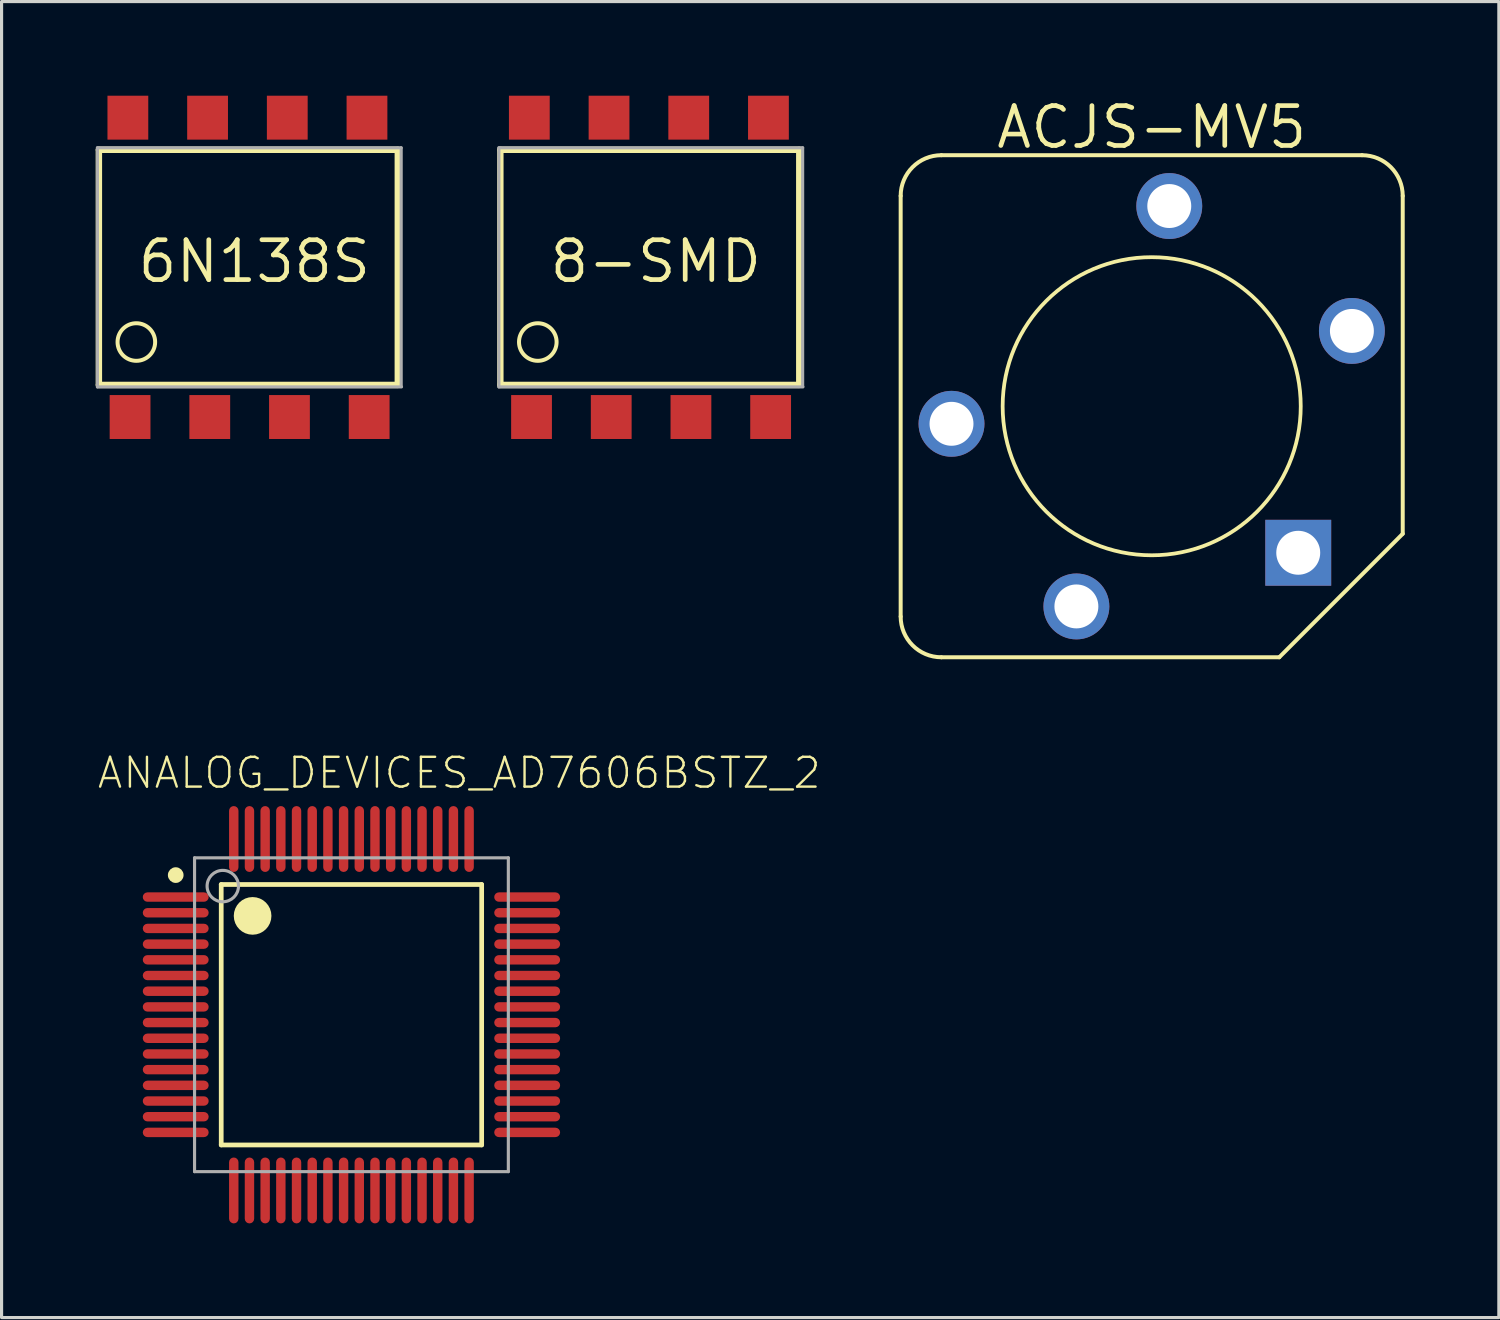
<source format=kicad_pcb>
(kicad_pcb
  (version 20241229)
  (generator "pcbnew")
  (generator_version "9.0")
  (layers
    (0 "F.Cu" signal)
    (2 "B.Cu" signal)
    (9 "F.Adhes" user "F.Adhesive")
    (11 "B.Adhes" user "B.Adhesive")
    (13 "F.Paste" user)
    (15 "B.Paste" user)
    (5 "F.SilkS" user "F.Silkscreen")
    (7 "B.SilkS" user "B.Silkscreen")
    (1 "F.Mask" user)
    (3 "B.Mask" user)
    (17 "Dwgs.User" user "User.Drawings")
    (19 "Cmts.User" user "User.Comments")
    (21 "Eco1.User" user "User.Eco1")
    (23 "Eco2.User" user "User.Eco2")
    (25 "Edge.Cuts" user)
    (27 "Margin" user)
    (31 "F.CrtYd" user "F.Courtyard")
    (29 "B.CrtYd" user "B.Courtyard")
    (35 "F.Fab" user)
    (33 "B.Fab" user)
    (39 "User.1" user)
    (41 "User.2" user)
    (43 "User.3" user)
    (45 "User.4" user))
  (footprint "8-SMD"
    (layer "F.Cu")
    (at 17.849 5.28)
    (property "Reference" "8-SMD" (at 0 0 0) (layer "F.SilkS") (effects (font (size 1.27 1.27) (thickness 0.15))))
    (attr through_hole)
    (fp_line (start -4.953 -3.556) (end 4.572 -3.556) (stroke (width 0.203) (type solid)) (layer "F.SilkS"))
    (fp_line (start -4.953 3.937) (end -4.953 -3.556) (stroke (width 0.203) (type solid)) (layer "F.SilkS"))
    (fp_line (start 4.572 -3.556) (end 4.572 3.937) (stroke (width 0.203) (type solid)) (layer "F.SilkS"))
    (fp_line (start 4.572 3.937) (end -4.953 3.937) (stroke (width 0.203) (type solid)) (layer "F.SilkS"))
    (fp_circle (center -3.76 2.57) (end -3.161 2.57) (stroke (width 0.127) (type solid)) (fill no) (layer "F.SilkS"))
    (fp_line (start -5 -3.62) (end 4.68 -3.62) (stroke (width 0.1) (type solid)) (layer "F.Fab"))
    (fp_line (start -5 4) (end -5 -3.62) (stroke (width 0.1) (type solid)) (layer "F.Fab"))
    (fp_line (start -5 4) (end 4.69 4) (stroke (width 0.1) (type solid)) (layer "F.Fab"))
    (fp_line (start 4.68 -3.62) (end 4.68 3.98) (stroke (width 0.1) (type solid)) (layer "F.Fab"))
    (pad "1" smd rect (at -3.96 4.96) (size 1.3 1.4) (layers "F.Cu" "F.Mask" "F.Paste"))
    (pad "2" smd rect (at -1.42 4.96) (size 1.3 1.4) (layers "F.Cu" "F.Mask" "F.Paste"))
    (pad "3" smd rect (at 1.12 4.96) (size 1.3 1.4) (layers "F.Cu" "F.Mask" "F.Paste"))
    (pad "4" smd rect (at 3.66 4.96) (size 1.3 1.4) (layers "F.Cu" "F.Mask" "F.Paste"))
    (pad "5" smd rect (at 3.59 -4.58) (size 1.3 1.4) (layers "F.Cu" "F.Mask" "F.Paste"))
    (pad "6" smd rect (at 1.05 -4.58) (size 1.3 1.4) (layers "F.Cu" "F.Mask" "F.Paste"))
    (pad "7" smd rect (at -1.49 -4.58) (size 1.3 1.4) (layers "F.Cu" "F.Mask" "F.Paste"))
    (pad "8" smd rect (at -4.03 -4.58) (size 1.3 1.4) (layers "F.Cu" "F.Mask" "F.Paste")))
  (footprint "ACJS-MV5"
    (layer "F.Cu")
    (at 33.653 9.896)
    (property "Reference" "ACJS-MV5" (at 0 -8.89 0) (layer "F.SilkS") (effects (font (size 1.27 1.27) (thickness 0.15))))
    (attr through_hole)
    (fp_line (start -8 6.703) (end -8 -6.703) (stroke (width 0.127) (type solid)) (layer "F.SilkS"))
    (fp_line (start -6.703 -8) (end 6.703 -8) (stroke (width 0.127) (type solid)) (layer "F.SilkS"))
    (fp_line (start 4.065 8) (end -6.703 8) (stroke (width 0.127) (type solid)) (layer "F.SilkS"))
    (fp_line (start 8 -6.703) (end 8 4.065) (stroke (width 0.127) (type solid)) (layer "F.SilkS"))
    (fp_line (start 8 4.065) (end 4.065 8) (stroke (width 0.127) (type solid)) (layer "F.SilkS"))
    (fp_arc (start -8 -6.702606) (mid -7.620002 -7.620002) (end -6.702606 -8) (stroke (width 0.127) (type solid)) (layer "F.SilkS"))
    (fp_arc (start -6.702606 8) (mid -7.620002 7.620002) (end -8 6.702606) (stroke (width 0.127) (type solid)) (layer "F.SilkS"))
    (fp_arc (start 6.702606 -8) (mid 7.620002 -7.620002) (end 8 -6.702606) (stroke (width 0.127) (type solid)) (layer "F.SilkS"))
    (fp_circle (center 0 0) (end 4.75 0) (stroke (width 0.12) (type solid)) (fill no) (layer "F.SilkS"))
    (pad "R" thru_hole circle (at 0.56 -6.38) (size 2.1 2.1) (drill 1.4) (layers "*.Cu" "*.Mask"))
    (pad "RN" thru_hole circle (at 6.38 -2.4) (size 2.1 2.1) (drill 1.4) (layers "*.Cu" "*.Mask"))
    (pad "S" thru_hole rect (at 4.67 4.67) (size 2.1 2.1) (drill 1.4) (layers "*.Cu" "*.Mask"))
    (pad "T" thru_hole circle (at -6.38 0.56) (size 2.1 2.1) (drill 1.4) (layers "*.Cu" "*.Mask"))
    (pad "TN" thru_hole circle (at -2.4 6.38) (size 2.1 2.1) (drill 1.4) (layers "*.Cu" "*.Mask")))
  (footprint "ANALOG_DEVICES_AD7606BSTZ_2"
    (layer "F.Cu")
    (at 8.15 29.288)
    (property "Reference" "ANALOG_DEVICES_AD7606BSTZ_2" (at -8.15 -7.15 0) (layer "F.SilkS") (effects (font (size 0.95 0.95) (thickness 0.076)) (justify left bottom)))
    (attr through_hole)
    (fp_line (start -4.15 -4.15) (end 4.15 -4.15) (stroke (width 0.15) (type solid)) (layer "F.SilkS"))
    (fp_line (start -4.15 4.15) (end -4.15 -4.15) (stroke (width 0.15) (type solid)) (layer "F.SilkS"))
    (fp_line (start -4.15 4.15) (end 4.15 4.15) (stroke (width 0.15) (type solid)) (layer "F.SilkS"))
    (fp_line (start 4.15 4.15) (end 4.15 -4.15) (stroke (width 0.15) (type solid)) (layer "F.SilkS"))
    (fp_circle (center -5.6 -4.45) (end -5.475 -4.45) (stroke (width 0.25) (type solid)) (fill no) (layer "F.SilkS"))
    (fp_circle (center -3.15 -3.15) (end -2.85 -3.15) (stroke (width 0.6) (type solid)) (fill no) (layer "F.SilkS"))
    (fp_line (start -5 -5) (end 5 -5) (stroke (width 0.1) (type solid)) (layer "F.Fab"))
    (fp_line (start -5 5) (end -5 -5) (stroke (width 0.1) (type solid)) (layer "F.Fab"))
    (fp_line (start -5 5) (end 5 5) (stroke (width 0.1) (type solid)) (layer "F.Fab"))
    (fp_line (start 5 5) (end 5 -5) (stroke (width 0.1) (type solid)) (layer "F.Fab"))
    (fp_circle (center -4.1 -4.1) (end -3.6 -4.1) (stroke (width 0.1) (type solid)) (fill no) (layer "F.Fab"))
    (pad "1" smd roundrect (at -5.6 -3.75 90) (size 0.3 2.1) (layers "F.Cu" "F.Mask" "F.Paste") (roundrect_rratio 0.5))
    (pad "2" smd roundrect (at -5.6 -3.25 90) (size 0.3 2.1) (layers "F.Cu" "F.Mask" "F.Paste") (roundrect_rratio 0.5))
    (pad "3" smd roundrect (at -5.6 -2.75 90) (size 0.3 2.1) (layers "F.Cu" "F.Mask" "F.Paste") (roundrect_rratio 0.5))
    (pad "4" smd roundrect (at -5.6 -2.25 90) (size 0.3 2.1) (layers "F.Cu" "F.Mask" "F.Paste") (roundrect_rratio 0.5))
    (pad "5" smd roundrect (at -5.6 -1.75 90) (size 0.3 2.1) (layers "F.Cu" "F.Mask" "F.Paste") (roundrect_rratio 0.5))
    (pad "6" smd roundrect (at -5.6 -1.25 90) (size 0.3 2.1) (layers "F.Cu" "F.Mask" "F.Paste") (roundrect_rratio 0.5))
    (pad "7" smd roundrect (at -5.6 -0.75 90) (size 0.3 2.1) (layers "F.Cu" "F.Mask" "F.Paste") (roundrect_rratio 0.5))
    (pad "8" smd roundrect (at -5.6 -0.25 90) (size 0.3 2.1) (layers "F.Cu" "F.Mask" "F.Paste") (roundrect_rratio 0.5))
    (pad "9" smd roundrect (at -5.6 0.25 90) (size 0.3 2.1) (layers "F.Cu" "F.Mask" "F.Paste") (roundrect_rratio 0.5))
    (pad "10" smd roundrect (at -5.6 0.75 90) (size 0.3 2.1) (layers "F.Cu" "F.Mask" "F.Paste") (roundrect_rratio 0.5))
    (pad "11" smd roundrect (at -5.6 1.25 90) (size 0.3 2.1) (layers "F.Cu" "F.Mask" "F.Paste") (roundrect_rratio 0.5))
    (pad "12" smd roundrect (at -5.6 1.75 90) (size 0.3 2.1) (layers "F.Cu" "F.Mask" "F.Paste") (roundrect_rratio 0.5))
    (pad "13" smd roundrect (at -5.6 2.25 90) (size 0.3 2.1) (layers "F.Cu" "F.Mask" "F.Paste") (roundrect_rratio 0.5))
    (pad "14" smd roundrect (at -5.6 2.75 90) (size 0.3 2.1) (layers "F.Cu" "F.Mask" "F.Paste") (roundrect_rratio 0.5))
    (pad "15" smd roundrect (at -5.6 3.25 90) (size 0.3 2.1) (layers "F.Cu" "F.Mask" "F.Paste") (roundrect_rratio 0.5))
    (pad "16" smd roundrect (at -5.6 3.75 90) (size 0.3 2.1) (layers "F.Cu" "F.Mask" "F.Paste") (roundrect_rratio 0.5))
    (pad "17" smd roundrect (at -3.75 5.6) (size 0.3 2.1) (layers "F.Cu" "F.Mask" "F.Paste") (roundrect_rratio 0.5))
    (pad "18" smd roundrect (at -3.25 5.6) (size 0.3 2.1) (layers "F.Cu" "F.Mask" "F.Paste") (roundrect_rratio 0.5))
    (pad "19" smd roundrect (at -2.75 5.6) (size 0.3 2.1) (layers "F.Cu" "F.Mask" "F.Paste") (roundrect_rratio 0.5))
    (pad "20" smd roundrect (at -2.25 5.6) (size 0.3 2.1) (layers "F.Cu" "F.Mask" "F.Paste") (roundrect_rratio 0.5))
    (pad "21" smd roundrect (at -1.75 5.6) (size 0.3 2.1) (layers "F.Cu" "F.Mask" "F.Paste") (roundrect_rratio 0.5))
    (pad "22" smd roundrect (at -1.25 5.6) (size 0.3 2.1) (layers "F.Cu" "F.Mask" "F.Paste") (roundrect_rratio 0.5))
    (pad "23" smd roundrect (at -0.75 5.6) (size 0.3 2.1) (layers "F.Cu" "F.Mask" "F.Paste") (roundrect_rratio 0.5))
    (pad "24" smd roundrect (at -0.25 5.6) (size 0.3 2.1) (layers "F.Cu" "F.Mask" "F.Paste") (roundrect_rratio 0.5))
    (pad "25" smd roundrect (at 0.25 5.6) (size 0.3 2.1) (layers "F.Cu" "F.Mask" "F.Paste") (roundrect_rratio 0.5))
    (pad "26" smd roundrect (at 0.75 5.6) (size 0.3 2.1) (layers "F.Cu" "F.Mask" "F.Paste") (roundrect_rratio 0.5))
    (pad "27" smd roundrect (at 1.25 5.6) (size 0.3 2.1) (layers "F.Cu" "F.Mask" "F.Paste") (roundrect_rratio 0.5))
    (pad "28" smd roundrect (at 1.75 5.6) (size 0.3 2.1) (layers "F.Cu" "F.Mask" "F.Paste") (roundrect_rratio 0.5))
    (pad "29" smd roundrect (at 2.25 5.6) (size 0.3 2.1) (layers "F.Cu" "F.Mask" "F.Paste") (roundrect_rratio 0.5))
    (pad "30" smd roundrect (at 2.75 5.6) (size 0.3 2.1) (layers "F.Cu" "F.Mask" "F.Paste") (roundrect_rratio 0.5))
    (pad "31" smd roundrect (at 3.25 5.6) (size 0.3 2.1) (layers "F.Cu" "F.Mask" "F.Paste") (roundrect_rratio 0.5))
    (pad "32" smd roundrect (at 3.75 5.6) (size 0.3 2.1) (layers "F.Cu" "F.Mask" "F.Paste") (roundrect_rratio 0.5))
    (pad "33" smd roundrect (at 5.6 3.75 90) (size 0.3 2.1) (layers "F.Cu" "F.Mask" "F.Paste") (roundrect_rratio 0.5))
    (pad "34" smd roundrect (at 5.6 3.25 90) (size 0.3 2.1) (layers "F.Cu" "F.Mask" "F.Paste") (roundrect_rratio 0.5))
    (pad "35" smd roundrect (at 5.6 2.75 90) (size 0.3 2.1) (layers "F.Cu" "F.Mask" "F.Paste") (roundrect_rratio 0.5))
    (pad "36" smd roundrect (at 5.6 2.25 90) (size 0.3 2.1) (layers "F.Cu" "F.Mask" "F.Paste") (roundrect_rratio 0.5))
    (pad "37" smd roundrect (at 5.6 1.75 90) (size 0.3 2.1) (layers "F.Cu" "F.Mask" "F.Paste") (roundrect_rratio 0.5))
    (pad "38" smd roundrect (at 5.6 1.25 90) (size 0.3 2.1) (layers "F.Cu" "F.Mask" "F.Paste") (roundrect_rratio 0.5))
    (pad "39" smd roundrect (at 5.6 0.75 90) (size 0.3 2.1) (layers "F.Cu" "F.Mask" "F.Paste") (roundrect_rratio 0.5))
    (pad "40" smd roundrect (at 5.6 0.25 90) (size 0.3 2.1) (layers "F.Cu" "F.Mask" "F.Paste") (roundrect_rratio 0.5))
    (pad "41" smd roundrect (at 5.6 -0.25 90) (size 0.3 2.1) (layers "F.Cu" "F.Mask" "F.Paste") (roundrect_rratio 0.5))
    (pad "42" smd roundrect (at 5.6 -0.75 90) (size 0.3 2.1) (layers "F.Cu" "F.Mask" "F.Paste") (roundrect_rratio 0.5))
    (pad "43" smd roundrect (at 5.6 -1.25 90) (size 0.3 2.1) (layers "F.Cu" "F.Mask" "F.Paste") (roundrect_rratio 0.5))
    (pad "44" smd roundrect (at 5.6 -1.75 90) (size 0.3 2.1) (layers "F.Cu" "F.Mask" "F.Paste") (roundrect_rratio 0.5))
    (pad "45" smd roundrect (at 5.6 -2.25 90) (size 0.3 2.1) (layers "F.Cu" "F.Mask" "F.Paste") (roundrect_rratio 0.5))
    (pad "46" smd roundrect (at 5.6 -2.75 90) (size 0.3 2.1) (layers "F.Cu" "F.Mask" "F.Paste") (roundrect_rratio 0.5))
    (pad "47" smd roundrect (at 5.6 -3.25 90) (size 0.3 2.1) (layers "F.Cu" "F.Mask" "F.Paste") (roundrect_rratio 0.5))
    (pad "48" smd roundrect (at 5.6 -3.75 90) (size 0.3 2.1) (layers "F.Cu" "F.Mask" "F.Paste") (roundrect_rratio 0.5))
    (pad "49" smd roundrect (at 3.75 -5.6) (size 0.3 2.1) (layers "F.Cu" "F.Mask" "F.Paste") (roundrect_rratio 0.5))
    (pad "50" smd roundrect (at 3.25 -5.6) (size 0.3 2.1) (layers "F.Cu" "F.Mask" "F.Paste") (roundrect_rratio 0.5))
    (pad "51" smd roundrect (at 2.75 -5.6) (size 0.3 2.1) (layers "F.Cu" "F.Mask" "F.Paste") (roundrect_rratio 0.5))
    (pad "52" smd roundrect (at 2.25 -5.6) (size 0.3 2.1) (layers "F.Cu" "F.Mask" "F.Paste") (roundrect_rratio 0.5))
    (pad "53" smd roundrect (at 1.75 -5.6) (size 0.3 2.1) (layers "F.Cu" "F.Mask" "F.Paste") (roundrect_rratio 0.5))
    (pad "54" smd roundrect (at 1.25 -5.6) (size 0.3 2.1) (layers "F.Cu" "F.Mask" "F.Paste") (roundrect_rratio 0.5))
    (pad "55" smd roundrect (at 0.75 -5.6) (size 0.3 2.1) (layers "F.Cu" "F.Mask" "F.Paste") (roundrect_rratio 0.5))
    (pad "56" smd roundrect (at 0.25 -5.6) (size 0.3 2.1) (layers "F.Cu" "F.Mask" "F.Paste") (roundrect_rratio 0.5))
    (pad "57" smd roundrect (at -0.25 -5.6) (size 0.3 2.1) (layers "F.Cu" "F.Mask" "F.Paste") (roundrect_rratio 0.5))
    (pad "58" smd roundrect (at -0.75 -5.6) (size 0.3 2.1) (layers "F.Cu" "F.Mask" "F.Paste") (roundrect_rratio 0.5))
    (pad "59" smd roundrect (at -1.25 -5.6) (size 0.3 2.1) (layers "F.Cu" "F.Mask" "F.Paste") (roundrect_rratio 0.5))
    (pad "60" smd roundrect (at -1.75 -5.6) (size 0.3 2.1) (layers "F.Cu" "F.Mask" "F.Paste") (roundrect_rratio 0.5))
    (pad "61" smd roundrect (at -2.25 -5.6) (size 0.3 2.1) (layers "F.Cu" "F.Mask" "F.Paste") (roundrect_rratio 0.5))
    (pad "62" smd roundrect (at -2.75 -5.6) (size 0.3 2.1) (layers "F.Cu" "F.Mask" "F.Paste") (roundrect_rratio 0.5))
    (pad "63" smd roundrect (at -3.25 -5.6) (size 0.3 2.1) (layers "F.Cu" "F.Mask" "F.Paste") (roundrect_rratio 0.5))
    (pad "64" smd roundrect (at -3.75 -5.6) (size 0.3 2.1) (layers "F.Cu" "F.Mask" "F.Paste") (roundrect_rratio 0.5)))
  (footprint "6N138S"
    (layer "F.Cu")
    (at 5.055 5.28)
    (property "Reference" "6N138S" (at 0 0 0) (layer "F.SilkS") (effects (font (size 1.27 1.27) (thickness 0.15))))
    (attr through_hole)
    (fp_line (start -4.953 -3.556) (end 4.572 -3.556) (stroke (width 0.203) (type solid)) (layer "F.SilkS"))
    (fp_line (start -4.953 3.937) (end -4.953 -3.556) (stroke (width 0.203) (type solid)) (layer "F.SilkS"))
    (fp_line (start 4.572 -3.556) (end 4.572 3.937) (stroke (width 0.203) (type solid)) (layer "F.SilkS"))
    (fp_line (start 4.572 3.937) (end -4.953 3.937) (stroke (width 0.203) (type solid)) (layer "F.SilkS"))
    (fp_circle (center -3.76 2.57) (end -3.161 2.57) (stroke (width 0.127) (type solid)) (fill no) (layer "F.SilkS"))
    (fp_line (start -5 -3.62) (end 4.68 -3.62) (stroke (width 0.1) (type solid)) (layer "F.Fab"))
    (fp_line (start -5 4) (end -5 -3.62) (stroke (width 0.1) (type solid)) (layer "F.Fab"))
    (fp_line (start -5 4) (end 4.69 4) (stroke (width 0.1) (type solid)) (layer "F.Fab"))
    (fp_line (start 4.68 -3.62) (end 4.68 3.98) (stroke (width 0.1) (type solid)) (layer "F.Fab"))
    (pad "1" smd rect (at -3.96 4.96) (size 1.3 1.4) (layers "F.Cu" "F.Mask" "F.Paste"))
    (pad "2" smd rect (at -1.42 4.96) (size 1.3 1.4) (layers "F.Cu" "F.Mask" "F.Paste"))
    (pad "3" smd rect (at 1.12 4.96) (size 1.3 1.4) (layers "F.Cu" "F.Mask" "F.Paste"))
    (pad "4" smd rect (at 3.66 4.96) (size 1.3 1.4) (layers "F.Cu" "F.Mask" "F.Paste"))
    (pad "5" smd rect (at 3.59 -4.58) (size 1.3 1.4) (layers "F.Cu" "F.Mask" "F.Paste"))
    (pad "6" smd rect (at 1.05 -4.58) (size 1.3 1.4) (layers "F.Cu" "F.Mask" "F.Paste"))
    (pad "7" smd rect (at -1.49 -4.58) (size 1.3 1.4) (layers "F.Cu" "F.Mask" "F.Paste"))
    (pad "8" smd rect (at -4.03 -4.58) (size 1.3 1.4) (layers "F.Cu" "F.Mask" "F.Paste")))
  (gr_rect
    (start -3 -3)
    (end 44.716 38.938)
    (stroke (width 0.1) (type default))
    (fill no)
    (layer "Edge.Cuts")))
</source>
